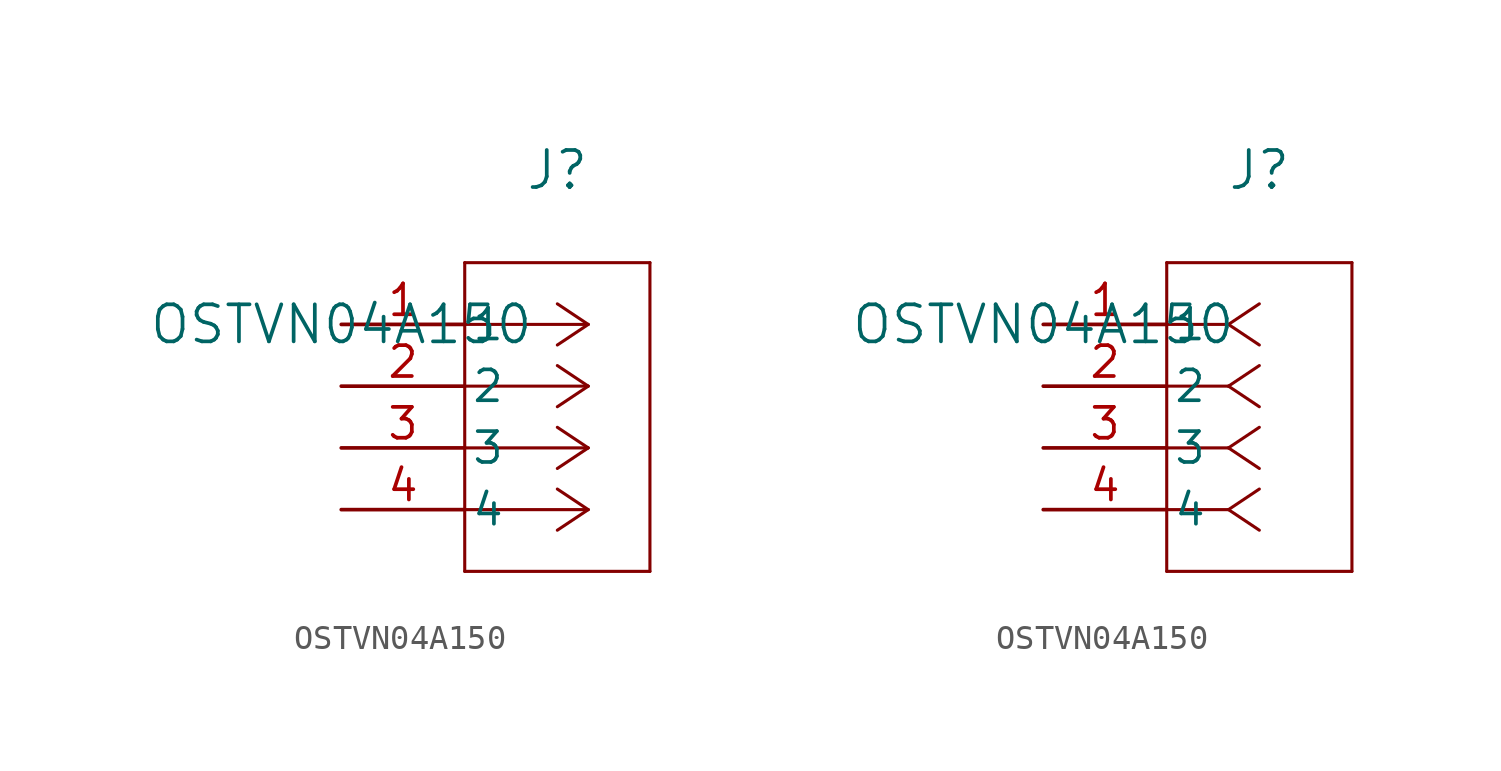
<source format=kicad_sym>
(kicad_symbol_lib
  (version 20211014)
  (generator kicad_symbol_editor)
  (symbol "OSTVN04A150"
    (pin_names
      (offset 0.254))
    (property "Reference" "J"
      (at 8.89 6.35 0)
      (effects (font (size 1.524 1.524))))
    (property "Value" "OSTVN04A150"
      (at 0 0 0)
      (effects (font (size 1.524 1.524))))
    (symbol "OSTVN04A150_1_1"
      (polyline (pts (xy 10.16 0) (xy 5.08 0)) (stroke (width 0.127) (type default) (color 0 0 0 0)) (fill (type none)))
      (polyline (pts (xy 10.16 -2.54) (xy 5.08 -2.54)) (stroke (width 0.127) (type default) (color 0 0 0 0)) (fill (type none)))
      (polyline (pts (xy 10.16 -5.08) (xy 5.08 -5.08)) (stroke (width 0.127) (type default) (color 0 0 0 0)) (fill (type none)))
      (polyline (pts (xy 10.16 -7.62) (xy 5.08 -7.62)) (stroke (width 0.127) (type default) (color 0 0 0 0)) (fill (type none)))
      (polyline (pts (xy 10.16 0) (xy 8.89 0.847)) (stroke (width 0.127) (type default) (color 0 0 0 0)) (fill (type none)))
      (polyline (pts (xy 10.16 -2.54) (xy 8.89 -1.693)) (stroke (width 0.127) (type default) (color 0 0 0 0)) (fill (type none)))
      (polyline (pts (xy 10.16 -5.08) (xy 8.89 -4.233)) (stroke (width 0.127) (type default) (color 0 0 0 0)) (fill (type none)))
      (polyline (pts (xy 10.16 -7.62) (xy 8.89 -6.773)) (stroke (width 0.127) (type default) (color 0 0 0 0)) (fill (type none)))
      (polyline (pts (xy 10.16 0) (xy 8.89 -0.847)) (stroke (width 0.127) (type default) (color 0 0 0 0)) (fill (type none)))
      (polyline (pts (xy 10.16 -2.54) (xy 8.89 -3.387)) (stroke (width 0.127) (type default) (color 0 0 0 0)) (fill (type none)))
      (polyline (pts (xy 10.16 -5.08) (xy 8.89 -5.927)) (stroke (width 0.127) (type default) (color 0 0 0 0)) (fill (type none)))
      (polyline (pts (xy 10.16 -7.62) (xy 8.89 -8.467)) (stroke (width 0.127) (type default) (color 0 0 0 0)) (fill (type none)))
      (polyline (pts (xy 5.08 2.54) (xy 5.08 -10.16)) (stroke (width 0.127) (type default) (color 0 0 0 0)) (fill (type none)))
      (polyline (pts (xy 5.08 -10.16) (xy 12.7 -10.16)) (stroke (width 0.127) (type default) (color 0 0 0 0)) (fill (type none)))
      (polyline (pts (xy 12.7 -10.16) (xy 12.7 2.54)) (stroke (width 0.127) (type default) (color 0 0 0 0)) (fill (type none)))
      (polyline (pts (xy 12.7 2.54) (xy 5.08 2.54)) (stroke (width 0.127) (type default) (color 0 0 0 0)) (fill (type none)))
      (pin unspecified line (at 0 0 0) (length 5.08) (name "1" (effects (font (size 1.27 1.27)))) (number "1" (effects (font (size 1.27 1.27)))))
      (pin unspecified line (at 0 -2.54 0) (length 5.08) (name "2" (effects (font (size 1.27 1.27)))) (number "2" (effects (font (size 1.27 1.27)))))
      (pin unspecified line (at 0 -5.08 0) (length 5.08) (name "3" (effects (font (size 1.27 1.27)))) (number "3" (effects (font (size 1.27 1.27)))))
      (pin unspecified line (at 0 -7.62 0) (length 5.08) (name "4" (effects (font (size 1.27 1.27)))) (number "4" (effects (font (size 1.27 1.27))))))
    (symbol "OSTVN04A150_1_2"
      (polyline (pts (xy 7.62 0) (xy 5.08 0)) (stroke (width 0.127) (type default) (color 0 0 0 0)) (fill (type none)))
      (polyline (pts (xy 7.62 -2.54) (xy 5.08 -2.54)) (stroke (width 0.127) (type default) (color 0 0 0 0)) (fill (type none)))
      (polyline (pts (xy 7.62 -5.08) (xy 5.08 -5.08)) (stroke (width 0.127) (type default) (color 0 0 0 0)) (fill (type none)))
      (polyline (pts (xy 7.62 -7.62) (xy 5.08 -7.62)) (stroke (width 0.127) (type default) (color 0 0 0 0)) (fill (type none)))
      (polyline (pts (xy 7.62 0) (xy 8.89 0.847)) (stroke (width 0.127) (type default) (color 0 0 0 0)) (fill (type none)))
      (polyline (pts (xy 7.62 -2.54) (xy 8.89 -1.693)) (stroke (width 0.127) (type default) (color 0 0 0 0)) (fill (type none)))
      (polyline (pts (xy 7.62 -5.08) (xy 8.89 -4.233)) (stroke (width 0.127) (type default) (color 0 0 0 0)) (fill (type none)))
      (polyline (pts (xy 7.62 -7.62) (xy 8.89 -6.773)) (stroke (width 0.127) (type default) (color 0 0 0 0)) (fill (type none)))
      (polyline (pts (xy 7.62 0) (xy 8.89 -0.847)) (stroke (width 0.127) (type default) (color 0 0 0 0)) (fill (type none)))
      (polyline (pts (xy 7.62 -2.54) (xy 8.89 -3.387)) (stroke (width 0.127) (type default) (color 0 0 0 0)) (fill (type none)))
      (polyline (pts (xy 7.62 -5.08) (xy 8.89 -5.927)) (stroke (width 0.127) (type default) (color 0 0 0 0)) (fill (type none)))
      (polyline (pts (xy 7.62 -7.62) (xy 8.89 -8.467)) (stroke (width 0.127) (type default) (color 0 0 0 0)) (fill (type none)))
      (polyline (pts (xy 5.08 2.54) (xy 5.08 -10.16)) (stroke (width 0.127) (type default) (color 0 0 0 0)) (fill (type none)))
      (polyline (pts (xy 5.08 -10.16) (xy 12.7 -10.16)) (stroke (width 0.127) (type default) (color 0 0 0 0)) (fill (type none)))
      (polyline (pts (xy 12.7 -10.16) (xy 12.7 2.54)) (stroke (width 0.127) (type default) (color 0 0 0 0)) (fill (type none)))
      (polyline (pts (xy 12.7 2.54) (xy 5.08 2.54)) (stroke (width 0.127) (type default) (color 0 0 0 0)) (fill (type none)))
      (pin unspecified line (at 0 0 0) (length 5.08) (name "1" (effects (font (size 1.27 1.27)))) (number "1" (effects (font (size 1.27 1.27)))))
      (pin unspecified line (at 0 -2.54 0) (length 5.08) (name "2" (effects (font (size 1.27 1.27)))) (number "2" (effects (font (size 1.27 1.27)))))
      (pin unspecified line (at 0 -5.08 0) (length 5.08) (name "3" (effects (font (size 1.27 1.27)))) (number "3" (effects (font (size 1.27 1.27)))))
      (pin unspecified line (at 0 -7.62 0) (length 5.08) (name "4" (effects (font (size 1.27 1.27)))) (number "4" (effects (font (size 1.27 1.27))))))))
</source>
